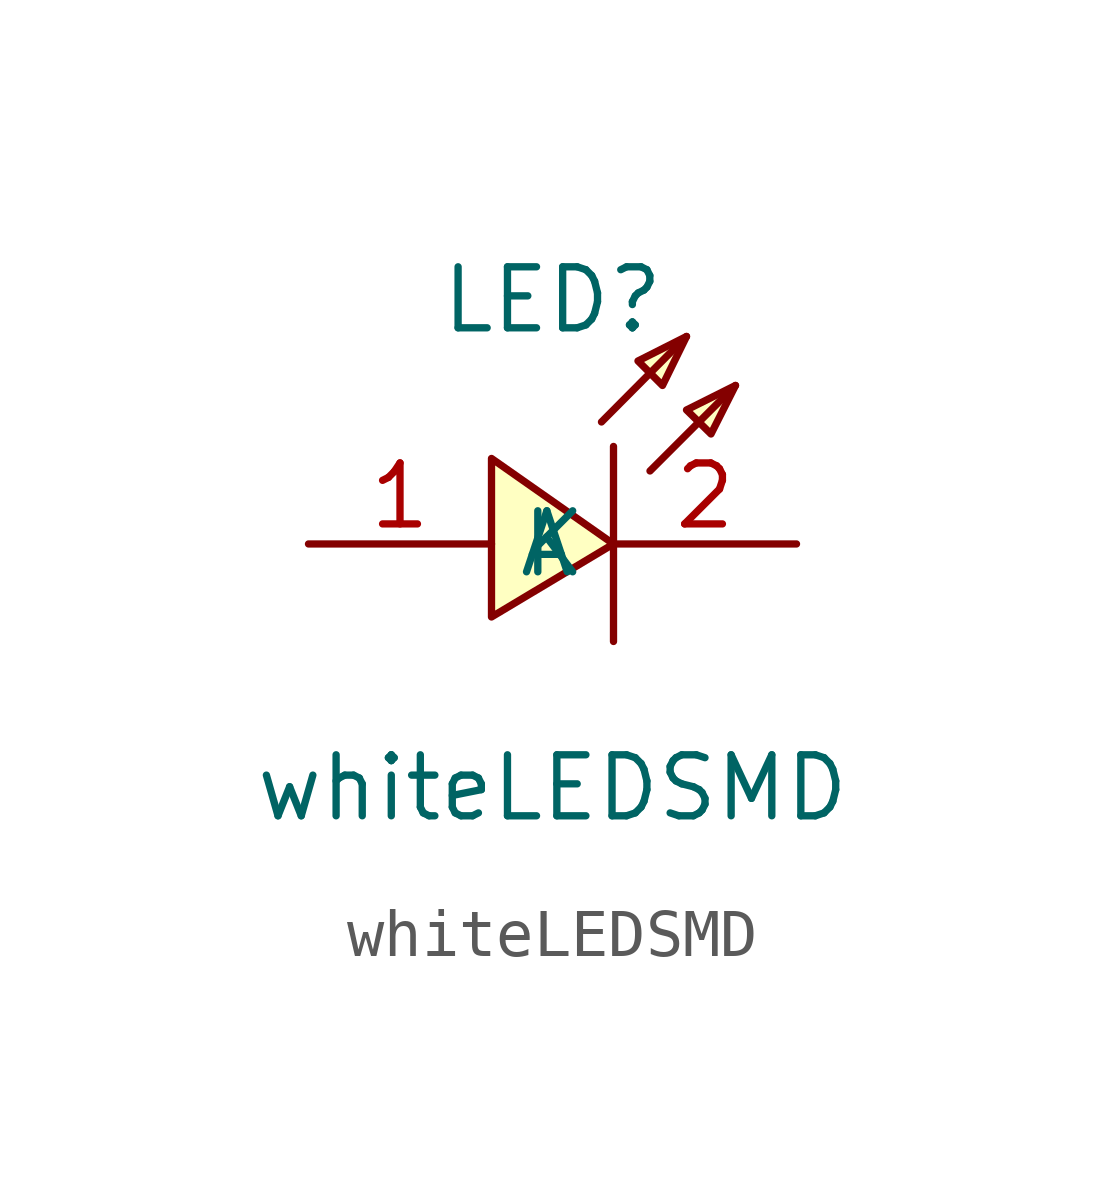
<source format=kicad_sym>
(kicad_symbol_lib
  (version 20211014)
  (generator https://github.com/uPesy/easyeda2kicad.py)
  (symbol "whiteLEDSMD"
    (property "Reference" "LED"
      (at 0 3.81 0)
      (effects (font (size 1.27 1.27))))
    (property "Value" "whiteLEDSMD"
      (at 0 -6.35 0)
      (effects (font (size 1.27 1.27))))
    (symbol "whiteLEDSMD_0_1"
      (polyline (pts (xy 3.81 2.03) (xy 2.79 1.52) (xy 3.30 1.02) (xy 3.81 2.03)) (stroke (width 0) (type default) (color 0 0 0 0)) (fill (type background)))
      (polyline (pts (xy 2.79 3.05) (xy 1.78 2.54) (xy 2.29 2.03) (xy 2.79 3.05)) (stroke (width 0) (type default) (color 0 0 0 0)) (fill (type background)))
      (polyline (pts (xy -1.27 -2.79) (xy 1.27 -1.27) (xy -1.27 0.51) (xy -1.27 -2.79)) (stroke (width 0) (type default) (color 0 0 0 0)) (fill (type background)))
      (polyline (pts (xy 2.03 0.25) (xy 3.81 2.03)) (stroke (width 0) (type default) (color 0 0 0 0)) (fill (type none)))
      (polyline (pts (xy 1.02 1.27) (xy 2.79 3.05)) (stroke (width 0) (type default) (color 0 0 0 0)) (fill (type none)))
      (polyline (pts (xy 1.27 0.76) (xy 1.27 -3.30)) (stroke (width 0) (type default) (color 0 0 0 0)) (fill (type none)))
      (pin unspecified line (at 5.08 -1.27 180) (length 3.81) (name "K" (effects (font (size 1.27 1.27)))) (number "2" (effects (font (size 1.27 1.27)))))
      (pin unspecified line (at -5.08 -1.27 0) (length 3.81) (name "A" (effects (font (size 1.27 1.27)))) (number "1" (effects (font (size 1.27 1.27))))))))
</source>
